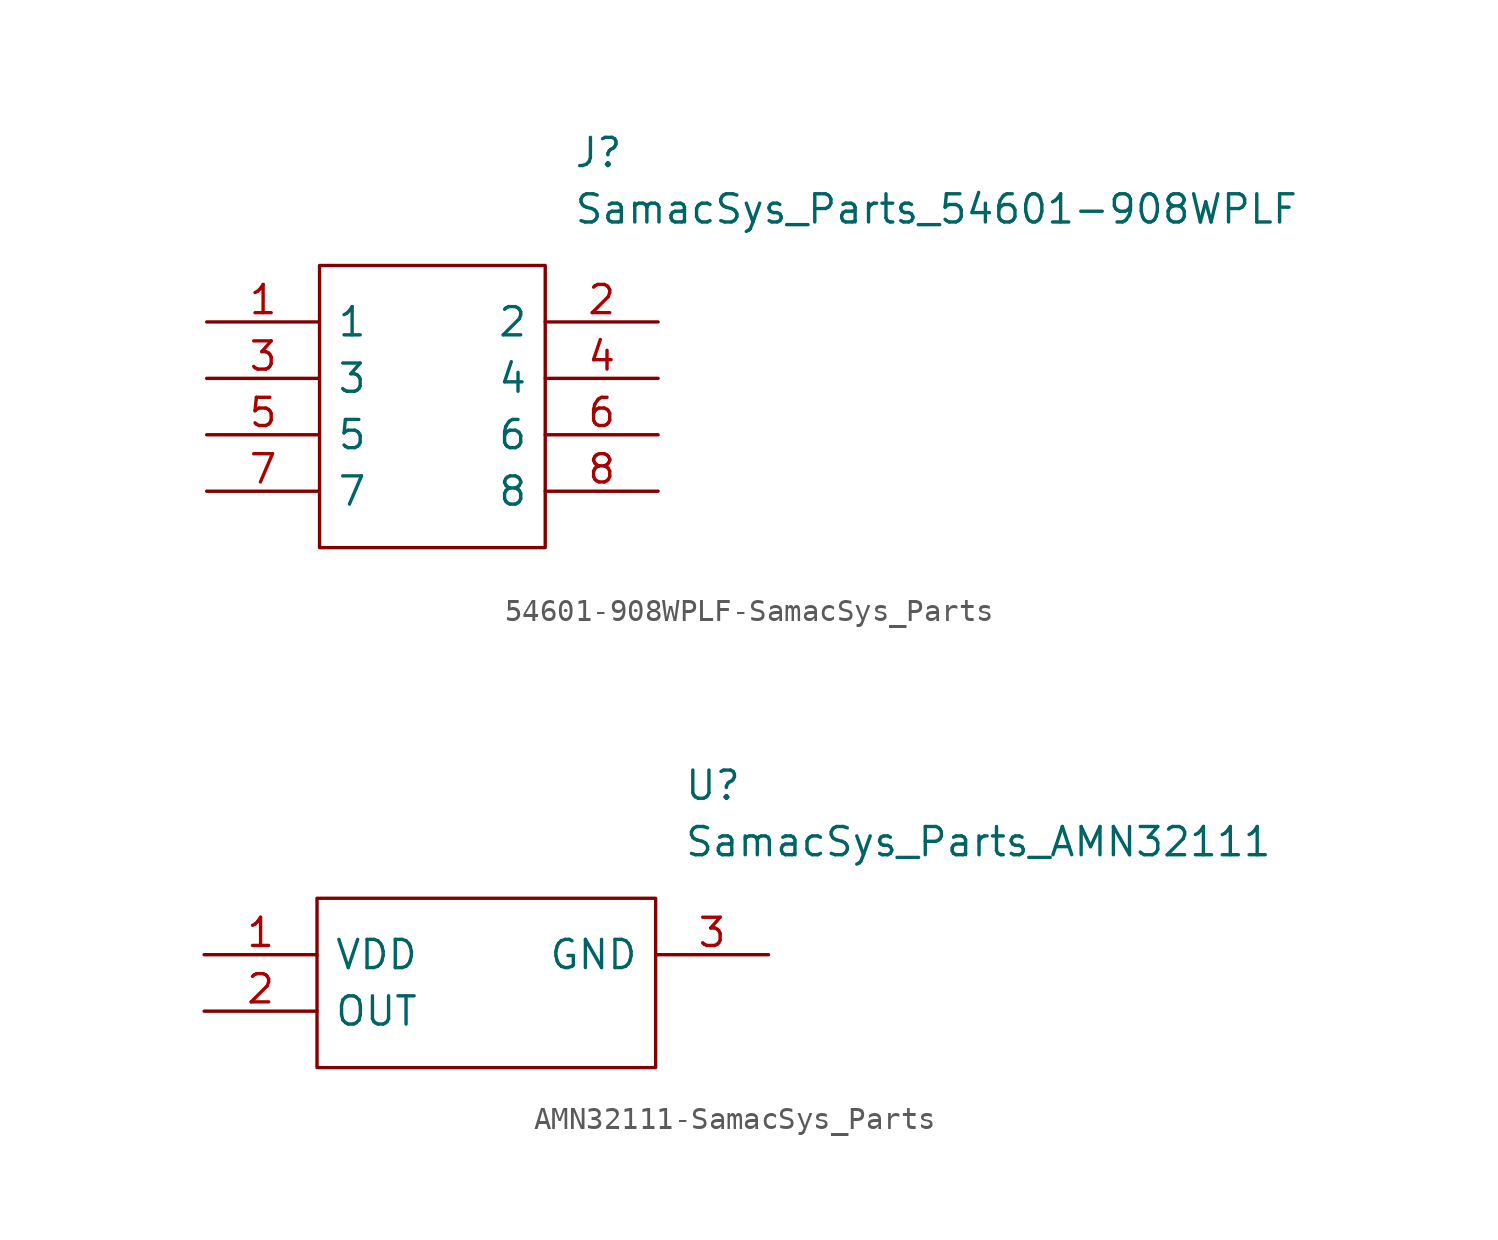
<source format=kicad_sym>
(kicad_symbol_lib
  (version 20231120)
  (generator "kicad_symbol_editor")
  (generator_version "8.0")
  (symbol "54601-908WPLF-SamacSys_Parts"
    (pin_names
      (offset 0.762))
    (property "Reference" "J"
      (at 16.51 7.62 0)
      (effects (font (size 1.27 1.27)) (justify left)))
    (property "Value" "SamacSys_Parts_54601-908WPLF"
      (at 16.51 5.08 0)
      (effects (font (size 1.27 1.27)) (justify left)))
    (symbol "54601-908WPLF-SamacSys_Parts_0_0"
      (pin passive line (at 0 0 0) (length 5.08) (name "1" (effects (font (size 1.27 1.27)))) (number "1" (effects (font (size 1.27 1.27)))))
      (pin passive line (at 20.32 0 180) (length 5.08) (name "2" (effects (font (size 1.27 1.27)))) (number "2" (effects (font (size 1.27 1.27)))))
      (pin passive line (at 0 -2.54 0) (length 5.08) (name "3" (effects (font (size 1.27 1.27)))) (number "3" (effects (font (size 1.27 1.27)))))
      (pin passive line (at 20.32 -2.54 180) (length 5.08) (name "4" (effects (font (size 1.27 1.27)))) (number "4" (effects (font (size 1.27 1.27)))))
      (pin passive line (at 0 -5.08 0) (length 5.08) (name "5" (effects (font (size 1.27 1.27)))) (number "5" (effects (font (size 1.27 1.27)))))
      (pin passive line (at 20.32 -5.08 180) (length 5.08) (name "6" (effects (font (size 1.27 1.27)))) (number "6" (effects (font (size 1.27 1.27)))))
      (pin passive line (at 0 -7.62 0) (length 5.08) (name "7" (effects (font (size 1.27 1.27)))) (number "7" (effects (font (size 1.27 1.27)))))
      (pin passive line (at 20.32 -7.62 180) (length 5.08) (name "8" (effects (font (size 1.27 1.27)))) (number "8" (effects (font (size 1.27 1.27))))))
    (symbol "54601-908WPLF-SamacSys_Parts_0_1"
      (polyline (pts (xy 5.08 2.54) (xy 15.24 2.54) (xy 15.24 -10.16) (xy 5.08 -10.16) (xy 5.08 2.54)) (stroke (width 0.152) (type solid)) (fill (type none)))))
  (symbol "AMN32111-SamacSys_Parts"
    (pin_names
      (offset 0.762))
    (property "Reference" "U"
      (at 21.59 7.62 0)
      (effects (font (size 1.27 1.27)) (justify left)))
    (property "Value" "SamacSys_Parts_AMN32111"
      (at 21.59 5.08 0)
      (effects (font (size 1.27 1.27)) (justify left)))
    (symbol "AMN32111-SamacSys_Parts_0_0"
      (pin passive line (at 0 0 0) (length 5.08) (name "VDD" (effects (font (size 1.27 1.27)))) (number "1" (effects (font (size 1.27 1.27)))))
      (pin passive line (at 0 -2.54 0) (length 5.08) (name "OUT" (effects (font (size 1.27 1.27)))) (number "2" (effects (font (size 1.27 1.27)))))
      (pin passive line (at 25.4 0 180) (length 5.08) (name "GND" (effects (font (size 1.27 1.27)))) (number "3" (effects (font (size 1.27 1.27))))))
    (symbol "AMN32111-SamacSys_Parts_0_1"
      (polyline (pts (xy 5.08 2.54) (xy 20.32 2.54) (xy 20.32 -5.08) (xy 5.08 -5.08) (xy 5.08 2.54)) (stroke (width 0.152) (type solid)) (fill (type none))))))
</source>
